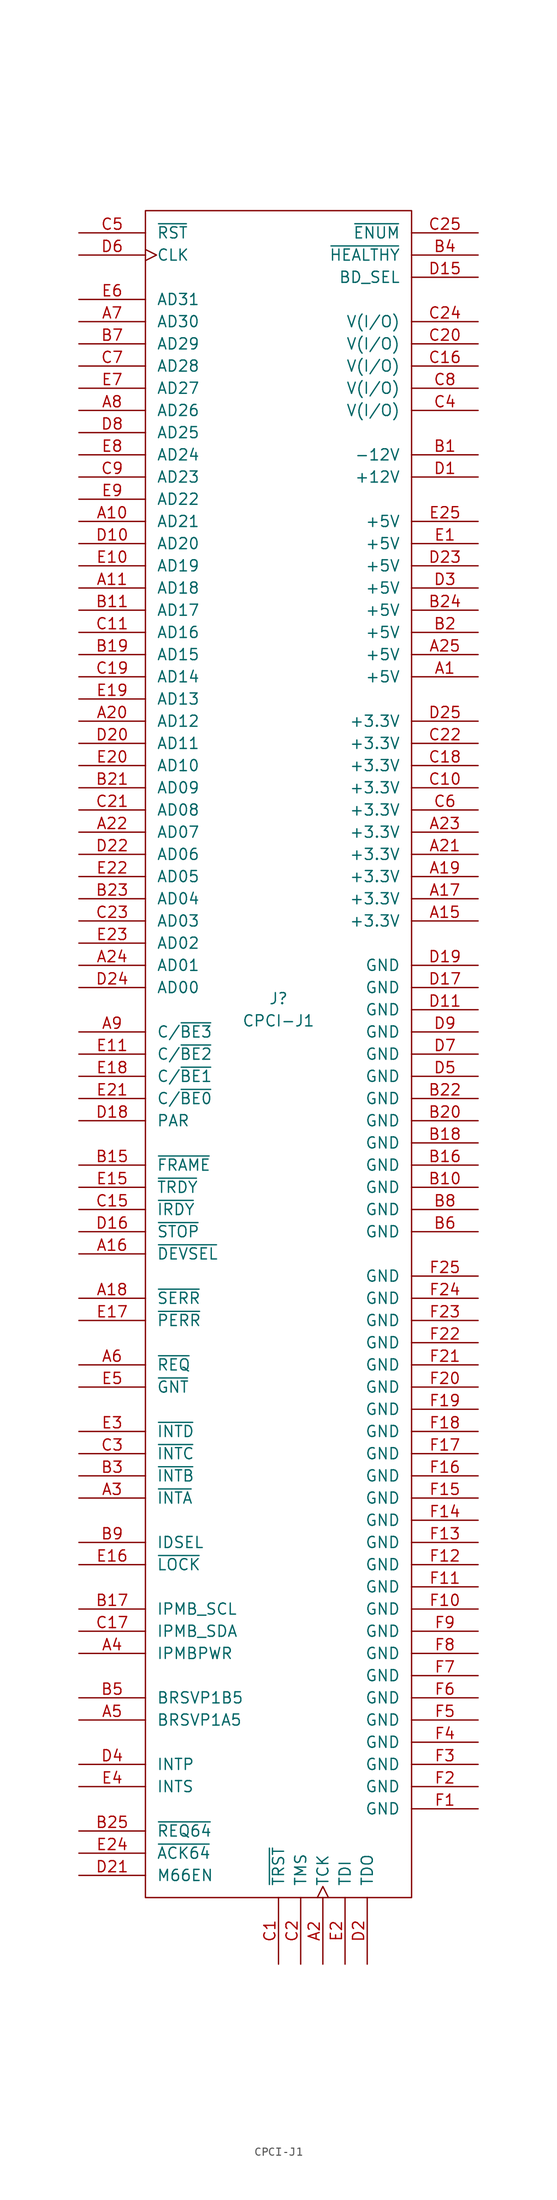
<source format=kicad_sym>
(kicad_symbol_lib
  (version 20211014)
  (generator kicad_symbol_editor)
  (symbol "CPCI-J1"
    (pin_names
      (offset 1.27))
    (property "Reference" "J"
      (at 22.86 -87.63 0)
      (effects (font (size 1.27 1.27))))
    (property "Value" "CPCI-J1"
      (at 22.86 -90.17 0)
      (effects (font (size 1.27 1.27))))
    (symbol "CPCI-J1_0_1"
      (rectangle (start 7.62 2.54) (end 38.1 -190.5) (stroke (width 0) (type default) (color 0 0 0 0)) (fill (type none))))
    (symbol "CPCI-J1_1_1"
      (pin power_out line (at 45.72 -50.8 180) (length 7.62) (name "+5V" (effects (font (size 1.27 1.27)))) (number "A1" (effects (font (size 1.27 1.27)))))
      (pin bidirectional line (at 0 -33.02 0) (length 7.62) (name "AD21" (effects (font (size 1.27 1.27)))) (number "A10" (effects (font (size 1.27 1.27)))))
      (pin bidirectional line (at 0 -40.64 0) (length 7.62) (name "AD18" (effects (font (size 1.27 1.27)))) (number "A11" (effects (font (size 1.27 1.27)))))
      (pin power_out line (at 45.72 -78.74 180) (length 7.62) (name "+3.3V" (effects (font (size 1.27 1.27)))) (number "A15" (effects (font (size 1.27 1.27)))))
      (pin bidirectional line (at 0 -116.84 0) (length 7.62) (name "~{DEVSEL}" (effects (font (size 1.27 1.27)))) (number "A16" (effects (font (size 1.27 1.27)))))
      (pin power_out line (at 45.72 -76.2 180) (length 7.62) (name "+3.3V" (effects (font (size 1.27 1.27)))) (number "A17" (effects (font (size 1.27 1.27)))))
      (pin bidirectional line (at 0 -121.92 0) (length 7.62) (name "~{SERR}" (effects (font (size 1.27 1.27)))) (number "A18" (effects (font (size 1.27 1.27)))))
      (pin power_out line (at 45.72 -73.66 180) (length 7.62) (name "+3.3V" (effects (font (size 1.27 1.27)))) (number "A19" (effects (font (size 1.27 1.27)))))
      (pin input clock (at 27.94 -198.12 90) (length 7.62) (name "TCK" (effects (font (size 1.27 1.27)))) (number "A2" (effects (font (size 1.27 1.27)))))
      (pin bidirectional line (at 0 -55.88 0) (length 7.62) (name "AD12" (effects (font (size 1.27 1.27)))) (number "A20" (effects (font (size 1.27 1.27)))))
      (pin power_out line (at 45.72 -71.12 180) (length 7.62) (name "+3.3V" (effects (font (size 1.27 1.27)))) (number "A21" (effects (font (size 1.27 1.27)))))
      (pin bidirectional line (at 0 -68.58 0) (length 7.62) (name "AD07" (effects (font (size 1.27 1.27)))) (number "A22" (effects (font (size 1.27 1.27)))))
      (pin power_out line (at 45.72 -68.58 180) (length 7.62) (name "+3.3V" (effects (font (size 1.27 1.27)))) (number "A23" (effects (font (size 1.27 1.27)))))
      (pin bidirectional line (at 0 -83.82 0) (length 7.62) (name "AD01" (effects (font (size 1.27 1.27)))) (number "A24" (effects (font (size 1.27 1.27)))))
      (pin power_out line (at 45.72 -48.26 180) (length 7.62) (name "+5V" (effects (font (size 1.27 1.27)))) (number "A25" (effects (font (size 1.27 1.27)))))
      (pin output line (at 0 -144.78 0) (length 7.62) (name "~{INTA}" (effects (font (size 1.27 1.27)))) (number "A3" (effects (font (size 1.27 1.27)))))
      (pin passive line (at 0 -162.56 0) (length 7.62) (name "IPMBPWR" (effects (font (size 1.27 1.27)))) (number "A4" (effects (font (size 1.27 1.27)))))
      (pin passive line (at 0 -170.18 0) (length 7.62) (name "BRSVP1A5" (effects (font (size 1.27 1.27)))) (number "A5" (effects (font (size 1.27 1.27)))))
      (pin output line (at 0 -129.54 0) (length 7.62) (name "~{REQ}" (effects (font (size 1.27 1.27)))) (number "A6" (effects (font (size 1.27 1.27)))))
      (pin bidirectional line (at 0 -10.16 0) (length 7.62) (name "AD30" (effects (font (size 1.27 1.27)))) (number "A7" (effects (font (size 1.27 1.27)))))
      (pin bidirectional line (at 0 -20.32 0) (length 7.62) (name "AD26" (effects (font (size 1.27 1.27)))) (number "A8" (effects (font (size 1.27 1.27)))))
      (pin bidirectional line (at 0 -91.44 0) (length 7.62) (name "C/~{BE3}" (effects (font (size 1.27 1.27)))) (number "A9" (effects (font (size 1.27 1.27)))))
      (pin power_out line (at 45.72 -25.4 180) (length 7.62) (name "-12V" (effects (font (size 1.27 1.27)))) (number "B1" (effects (font (size 1.27 1.27)))))
      (pin power_in line (at 45.72 -109.22 180) (length 7.62) (name "GND" (effects (font (size 1.27 1.27)))) (number "B10" (effects (font (size 1.27 1.27)))))
      (pin bidirectional line (at 0 -43.18 0) (length 7.62) (name "AD17" (effects (font (size 1.27 1.27)))) (number "B11" (effects (font (size 1.27 1.27)))))
      (pin bidirectional line (at 0 -106.68 0) (length 7.62) (name "~{FRAME}" (effects (font (size 1.27 1.27)))) (number "B15" (effects (font (size 1.27 1.27)))))
      (pin power_in line (at 45.72 -106.68 180) (length 7.62) (name "GND" (effects (font (size 1.27 1.27)))) (number "B16" (effects (font (size 1.27 1.27)))))
      (pin passive line (at 0 -157.48 0) (length 7.62) (name "IPMB_SCL" (effects (font (size 1.27 1.27)))) (number "B17" (effects (font (size 1.27 1.27)))))
      (pin power_in line (at 45.72 -104.14 180) (length 7.62) (name "GND" (effects (font (size 1.27 1.27)))) (number "B18" (effects (font (size 1.27 1.27)))))
      (pin bidirectional line (at 0 -48.26 0) (length 7.62) (name "AD15" (effects (font (size 1.27 1.27)))) (number "B19" (effects (font (size 1.27 1.27)))))
      (pin power_out line (at 45.72 -45.72 180) (length 7.62) (name "+5V" (effects (font (size 1.27 1.27)))) (number "B2" (effects (font (size 1.27 1.27)))))
      (pin power_in line (at 45.72 -101.6 180) (length 7.62) (name "GND" (effects (font (size 1.27 1.27)))) (number "B20" (effects (font (size 1.27 1.27)))))
      (pin bidirectional line (at 0 -63.5 0) (length 7.62) (name "AD09" (effects (font (size 1.27 1.27)))) (number "B21" (effects (font (size 1.27 1.27)))))
      (pin power_in line (at 45.72 -99.06 180) (length 7.62) (name "GND" (effects (font (size 1.27 1.27)))) (number "B22" (effects (font (size 1.27 1.27)))))
      (pin bidirectional line (at 0 -76.2 0) (length 7.62) (name "AD04" (effects (font (size 1.27 1.27)))) (number "B23" (effects (font (size 1.27 1.27)))))
      (pin power_out line (at 45.72 -43.18 180) (length 7.62) (name "+5V" (effects (font (size 1.27 1.27)))) (number "B24" (effects (font (size 1.27 1.27)))))
      (pin bidirectional line (at 0 -182.88 0) (length 7.62) (name "~{REQ64}" (effects (font (size 1.27 1.27)))) (number "B25" (effects (font (size 1.27 1.27)))))
      (pin output line (at 0 -142.24 0) (length 7.62) (name "~{INTB}" (effects (font (size 1.27 1.27)))) (number "B3" (effects (font (size 1.27 1.27)))))
      (pin passive line (at 45.72 -2.54 180) (length 7.62) (name "~{HEALTHY}" (effects (font (size 1.27 1.27)))) (number "B4" (effects (font (size 1.27 1.27)))))
      (pin passive line (at 0 -167.64 0) (length 7.62) (name "BRSVP1B5" (effects (font (size 1.27 1.27)))) (number "B5" (effects (font (size 1.27 1.27)))))
      (pin power_in line (at 45.72 -114.3 180) (length 7.62) (name "GND" (effects (font (size 1.27 1.27)))) (number "B6" (effects (font (size 1.27 1.27)))))
      (pin bidirectional line (at 0 -12.7 0) (length 7.62) (name "AD29" (effects (font (size 1.27 1.27)))) (number "B7" (effects (font (size 1.27 1.27)))))
      (pin power_in line (at 45.72 -111.76 180) (length 7.62) (name "GND" (effects (font (size 1.27 1.27)))) (number "B8" (effects (font (size 1.27 1.27)))))
      (pin input line (at 0 -149.86 0) (length 7.62) (name "IDSEL" (effects (font (size 1.27 1.27)))) (number "B9" (effects (font (size 1.27 1.27)))))
      (pin input line (at 22.86 -198.12 90) (length 7.62) (name "~{TRST}" (effects (font (size 1.27 1.27)))) (number "C1" (effects (font (size 1.27 1.27)))))
      (pin power_out line (at 45.72 -63.5 180) (length 7.62) (name "+3.3V" (effects (font (size 1.27 1.27)))) (number "C10" (effects (font (size 1.27 1.27)))))
      (pin bidirectional line (at 0 -45.72 0) (length 7.62) (name "AD16" (effects (font (size 1.27 1.27)))) (number "C11" (effects (font (size 1.27 1.27)))))
      (pin bidirectional line (at 0 -111.76 0) (length 7.62) (name "~{IRDY}" (effects (font (size 1.27 1.27)))) (number "C15" (effects (font (size 1.27 1.27)))))
      (pin power_out line (at 45.72 -15.24 180) (length 7.62) (name "V(I/O)" (effects (font (size 1.27 1.27)))) (number "C16" (effects (font (size 1.27 1.27)))))
      (pin passive line (at 0 -160.02 0) (length 7.62) (name "IPMB_SDA" (effects (font (size 1.27 1.27)))) (number "C17" (effects (font (size 1.27 1.27)))))
      (pin power_out line (at 45.72 -60.96 180) (length 7.62) (name "+3.3V" (effects (font (size 1.27 1.27)))) (number "C18" (effects (font (size 1.27 1.27)))))
      (pin bidirectional line (at 0 -50.8 0) (length 7.62) (name "AD14" (effects (font (size 1.27 1.27)))) (number "C19" (effects (font (size 1.27 1.27)))))
      (pin input line (at 25.4 -198.12 90) (length 7.62) (name "TMS" (effects (font (size 1.27 1.27)))) (number "C2" (effects (font (size 1.27 1.27)))))
      (pin power_out line (at 45.72 -12.7 180) (length 7.62) (name "V(I/O)" (effects (font (size 1.27 1.27)))) (number "C20" (effects (font (size 1.27 1.27)))))
      (pin bidirectional line (at 0 -66.04 0) (length 7.62) (name "AD08" (effects (font (size 1.27 1.27)))) (number "C21" (effects (font (size 1.27 1.27)))))
      (pin power_out line (at 45.72 -58.42 180) (length 7.62) (name "+3.3V" (effects (font (size 1.27 1.27)))) (number "C22" (effects (font (size 1.27 1.27)))))
      (pin bidirectional line (at 0 -78.74 0) (length 7.62) (name "AD03" (effects (font (size 1.27 1.27)))) (number "C23" (effects (font (size 1.27 1.27)))))
      (pin power_out line (at 45.72 -10.16 180) (length 7.62) (name "V(I/O)" (effects (font (size 1.27 1.27)))) (number "C24" (effects (font (size 1.27 1.27)))))
      (pin passive line (at 45.72 0 180) (length 7.62) (name "~{ENUM}" (effects (font (size 1.27 1.27)))) (number "C25" (effects (font (size 1.27 1.27)))))
      (pin output line (at 0 -139.7 0) (length 7.62) (name "~{INTC}" (effects (font (size 1.27 1.27)))) (number "C3" (effects (font (size 1.27 1.27)))))
      (pin power_out line (at 45.72 -20.32 180) (length 7.62) (name "V(I/O)" (effects (font (size 1.27 1.27)))) (number "C4" (effects (font (size 1.27 1.27)))))
      (pin input line (at 0 0 0) (length 7.62) (name "~{RST}" (effects (font (size 1.27 1.27)))) (number "C5" (effects (font (size 1.27 1.27)))))
      (pin power_out line (at 45.72 -66.04 180) (length 7.62) (name "+3.3V" (effects (font (size 1.27 1.27)))) (number "C6" (effects (font (size 1.27 1.27)))))
      (pin bidirectional line (at 0 -15.24 0) (length 7.62) (name "AD28" (effects (font (size 1.27 1.27)))) (number "C7" (effects (font (size 1.27 1.27)))))
      (pin power_out line (at 45.72 -17.78 180) (length 7.62) (name "V(I/O)" (effects (font (size 1.27 1.27)))) (number "C8" (effects (font (size 1.27 1.27)))))
      (pin bidirectional line (at 0 -27.94 0) (length 7.62) (name "AD23" (effects (font (size 1.27 1.27)))) (number "C9" (effects (font (size 1.27 1.27)))))
      (pin power_out line (at 45.72 -27.94 180) (length 7.62) (name "+12V" (effects (font (size 1.27 1.27)))) (number "D1" (effects (font (size 1.27 1.27)))))
      (pin bidirectional line (at 0 -35.56 0) (length 7.62) (name "AD20" (effects (font (size 1.27 1.27)))) (number "D10" (effects (font (size 1.27 1.27)))))
      (pin power_in line (at 45.72 -88.9 180) (length 7.62) (name "GND" (effects (font (size 1.27 1.27)))) (number "D11" (effects (font (size 1.27 1.27)))))
      (pin passive line (at 45.72 -5.08 180) (length 7.62) (name "BD_SEL" (effects (font (size 1.27 1.27)))) (number "D15" (effects (font (size 1.27 1.27)))))
      (pin bidirectional line (at 0 -114.3 0) (length 7.62) (name "~{STOP}" (effects (font (size 1.27 1.27)))) (number "D16" (effects (font (size 1.27 1.27)))))
      (pin power_in line (at 45.72 -86.36 180) (length 7.62) (name "GND" (effects (font (size 1.27 1.27)))) (number "D17" (effects (font (size 1.27 1.27)))))
      (pin bidirectional line (at 0 -101.6 0) (length 7.62) (name "PAR" (effects (font (size 1.27 1.27)))) (number "D18" (effects (font (size 1.27 1.27)))))
      (pin power_in line (at 45.72 -83.82 180) (length 7.62) (name "GND" (effects (font (size 1.27 1.27)))) (number "D19" (effects (font (size 1.27 1.27)))))
      (pin output line (at 33.02 -198.12 90) (length 7.62) (name "TDO" (effects (font (size 1.27 1.27)))) (number "D2" (effects (font (size 1.27 1.27)))))
      (pin bidirectional line (at 0 -58.42 0) (length 7.62) (name "AD11" (effects (font (size 1.27 1.27)))) (number "D20" (effects (font (size 1.27 1.27)))))
      (pin passive line (at 0 -187.96 0) (length 7.62) (name "M66EN" (effects (font (size 1.27 1.27)))) (number "D21" (effects (font (size 1.27 1.27)))))
      (pin bidirectional line (at 0 -71.12 0) (length 7.62) (name "AD06" (effects (font (size 1.27 1.27)))) (number "D22" (effects (font (size 1.27 1.27)))))
      (pin power_out line (at 45.72 -38.1 180) (length 7.62) (name "+5V" (effects (font (size 1.27 1.27)))) (number "D23" (effects (font (size 1.27 1.27)))))
      (pin bidirectional line (at 0 -86.36 0) (length 7.62) (name "AD00" (effects (font (size 1.27 1.27)))) (number "D24" (effects (font (size 1.27 1.27)))))
      (pin power_out line (at 45.72 -55.88 180) (length 7.62) (name "+3.3V" (effects (font (size 1.27 1.27)))) (number "D25" (effects (font (size 1.27 1.27)))))
      (pin power_out line (at 45.72 -40.64 180) (length 7.62) (name "+5V" (effects (font (size 1.27 1.27)))) (number "D3" (effects (font (size 1.27 1.27)))))
      (pin passive line (at 0 -175.26 0) (length 7.62) (name "INTP" (effects (font (size 1.27 1.27)))) (number "D4" (effects (font (size 1.27 1.27)))))
      (pin power_in line (at 45.72 -96.52 180) (length 7.62) (name "GND" (effects (font (size 1.27 1.27)))) (number "D5" (effects (font (size 1.27 1.27)))))
      (pin output clock (at 0 -2.54 0) (length 7.62) (name "CLK" (effects (font (size 1.27 1.27)))) (number "D6" (effects (font (size 1.27 1.27)))))
      (pin power_in line (at 45.72 -93.98 180) (length 7.62) (name "GND" (effects (font (size 1.27 1.27)))) (number "D7" (effects (font (size 1.27 1.27)))))
      (pin bidirectional line (at 0 -22.86 0) (length 7.62) (name "AD25" (effects (font (size 1.27 1.27)))) (number "D8" (effects (font (size 1.27 1.27)))))
      (pin power_in line (at 45.72 -91.44 180) (length 7.62) (name "GND" (effects (font (size 1.27 1.27)))) (number "D9" (effects (font (size 1.27 1.27)))))
      (pin power_out line (at 45.72 -35.56 180) (length 7.62) (name "+5V" (effects (font (size 1.27 1.27)))) (number "E1" (effects (font (size 1.27 1.27)))))
      (pin bidirectional line (at 0 -38.1 0) (length 7.62) (name "AD19" (effects (font (size 1.27 1.27)))) (number "E10" (effects (font (size 1.27 1.27)))))
      (pin bidirectional line (at 0 -93.98 0) (length 7.62) (name "C/~{BE2}" (effects (font (size 1.27 1.27)))) (number "E11" (effects (font (size 1.27 1.27)))))
      (pin bidirectional line (at 0 -109.22 0) (length 7.62) (name "~{TRDY}" (effects (font (size 1.27 1.27)))) (number "E15" (effects (font (size 1.27 1.27)))))
      (pin bidirectional line (at 0 -152.4 0) (length 7.62) (name "~{LOCK}" (effects (font (size 1.27 1.27)))) (number "E16" (effects (font (size 1.27 1.27)))))
      (pin bidirectional line (at 0 -124.46 0) (length 7.62) (name "~{PERR}" (effects (font (size 1.27 1.27)))) (number "E17" (effects (font (size 1.27 1.27)))))
      (pin bidirectional line (at 0 -96.52 0) (length 7.62) (name "C/~{BE1}" (effects (font (size 1.27 1.27)))) (number "E18" (effects (font (size 1.27 1.27)))))
      (pin bidirectional line (at 0 -53.34 0) (length 7.62) (name "AD13" (effects (font (size 1.27 1.27)))) (number "E19" (effects (font (size 1.27 1.27)))))
      (pin input line (at 30.48 -198.12 90) (length 7.62) (name "TDI" (effects (font (size 1.27 1.27)))) (number "E2" (effects (font (size 1.27 1.27)))))
      (pin bidirectional line (at 0 -60.96 0) (length 7.62) (name "AD10" (effects (font (size 1.27 1.27)))) (number "E20" (effects (font (size 1.27 1.27)))))
      (pin bidirectional line (at 0 -99.06 0) (length 7.62) (name "C/~{BE0}" (effects (font (size 1.27 1.27)))) (number "E21" (effects (font (size 1.27 1.27)))))
      (pin bidirectional line (at 0 -73.66 0) (length 7.62) (name "AD05" (effects (font (size 1.27 1.27)))) (number "E22" (effects (font (size 1.27 1.27)))))
      (pin bidirectional line (at 0 -81.28 0) (length 7.62) (name "AD02" (effects (font (size 1.27 1.27)))) (number "E23" (effects (font (size 1.27 1.27)))))
      (pin bidirectional line (at 0 -185.42 0) (length 7.62) (name "~{ACK64}" (effects (font (size 1.27 1.27)))) (number "E24" (effects (font (size 1.27 1.27)))))
      (pin power_out line (at 45.72 -33.02 180) (length 7.62) (name "+5V" (effects (font (size 1.27 1.27)))) (number "E25" (effects (font (size 1.27 1.27)))))
      (pin output line (at 0 -137.16 0) (length 7.62) (name "~{INTD}" (effects (font (size 1.27 1.27)))) (number "E3" (effects (font (size 1.27 1.27)))))
      (pin passive line (at 0 -177.8 0) (length 7.62) (name "INTS" (effects (font (size 1.27 1.27)))) (number "E4" (effects (font (size 1.27 1.27)))))
      (pin input line (at 0 -132.08 0) (length 7.62) (name "~{GNT}" (effects (font (size 1.27 1.27)))) (number "E5" (effects (font (size 1.27 1.27)))))
      (pin bidirectional line (at 0 -7.62 0) (length 7.62) (name "AD31" (effects (font (size 1.27 1.27)))) (number "E6" (effects (font (size 1.27 1.27)))))
      (pin bidirectional line (at 0 -17.78 0) (length 7.62) (name "AD27" (effects (font (size 1.27 1.27)))) (number "E7" (effects (font (size 1.27 1.27)))))
      (pin bidirectional line (at 0 -25.4 0) (length 7.62) (name "AD24" (effects (font (size 1.27 1.27)))) (number "E8" (effects (font (size 1.27 1.27)))))
      (pin bidirectional line (at 0 -30.48 0) (length 7.62) (name "AD22" (effects (font (size 1.27 1.27)))) (number "E9" (effects (font (size 1.27 1.27)))))
      (pin power_in line (at 45.72 -180.34 180) (length 7.62) (name "GND" (effects (font (size 1.27 1.27)))) (number "F1" (effects (font (size 1.27 1.27)))))
      (pin power_in line (at 45.72 -157.48 180) (length 7.62) (name "GND" (effects (font (size 1.27 1.27)))) (number "F10" (effects (font (size 1.27 1.27)))))
      (pin power_in line (at 45.72 -154.94 180) (length 7.62) (name "GND" (effects (font (size 1.27 1.27)))) (number "F11" (effects (font (size 1.27 1.27)))))
      (pin power_in line (at 45.72 -152.4 180) (length 7.62) (name "GND" (effects (font (size 1.27 1.27)))) (number "F12" (effects (font (size 1.27 1.27)))))
      (pin power_in line (at 45.72 -149.86 180) (length 7.62) (name "GND" (effects (font (size 1.27 1.27)))) (number "F13" (effects (font (size 1.27 1.27)))))
      (pin power_in line (at 45.72 -147.32 180) (length 7.62) (name "GND" (effects (font (size 1.27 1.27)))) (number "F14" (effects (font (size 1.27 1.27)))))
      (pin power_in line (at 45.72 -144.78 180) (length 7.62) (name "GND" (effects (font (size 1.27 1.27)))) (number "F15" (effects (font (size 1.27 1.27)))))
      (pin power_in line (at 45.72 -142.24 180) (length 7.62) (name "GND" (effects (font (size 1.27 1.27)))) (number "F16" (effects (font (size 1.27 1.27)))))
      (pin power_in line (at 45.72 -139.7 180) (length 7.62) (name "GND" (effects (font (size 1.27 1.27)))) (number "F17" (effects (font (size 1.27 1.27)))))
      (pin power_in line (at 45.72 -137.16 180) (length 7.62) (name "GND" (effects (font (size 1.27 1.27)))) (number "F18" (effects (font (size 1.27 1.27)))))
      (pin power_in line (at 45.72 -134.62 180) (length 7.62) (name "GND" (effects (font (size 1.27 1.27)))) (number "F19" (effects (font (size 1.27 1.27)))))
      (pin power_in line (at 45.72 -177.8 180) (length 7.62) (name "GND" (effects (font (size 1.27 1.27)))) (number "F2" (effects (font (size 1.27 1.27)))))
      (pin power_in line (at 45.72 -132.08 180) (length 7.62) (name "GND" (effects (font (size 1.27 1.27)))) (number "F20" (effects (font (size 1.27 1.27)))))
      (pin power_in line (at 45.72 -129.54 180) (length 7.62) (name "GND" (effects (font (size 1.27 1.27)))) (number "F21" (effects (font (size 1.27 1.27)))))
      (pin power_in line (at 45.72 -127 180) (length 7.62) (name "GND" (effects (font (size 1.27 1.27)))) (number "F22" (effects (font (size 1.27 1.27)))))
      (pin power_in line (at 45.72 -124.46 180) (length 7.62) (name "GND" (effects (font (size 1.27 1.27)))) (number "F23" (effects (font (size 1.27 1.27)))))
      (pin power_in line (at 45.72 -121.92 180) (length 7.62) (name "GND" (effects (font (size 1.27 1.27)))) (number "F24" (effects (font (size 1.27 1.27)))))
      (pin power_in line (at 45.72 -119.38 180) (length 7.62) (name "GND" (effects (font (size 1.27 1.27)))) (number "F25" (effects (font (size 1.27 1.27)))))
      (pin power_in line (at 45.72 -175.26 180) (length 7.62) (name "GND" (effects (font (size 1.27 1.27)))) (number "F3" (effects (font (size 1.27 1.27)))))
      (pin power_in line (at 45.72 -172.72 180) (length 7.62) (name "GND" (effects (font (size 1.27 1.27)))) (number "F4" (effects (font (size 1.27 1.27)))))
      (pin power_in line (at 45.72 -170.18 180) (length 7.62) (name "GND" (effects (font (size 1.27 1.27)))) (number "F5" (effects (font (size 1.27 1.27)))))
      (pin power_in line (at 45.72 -167.64 180) (length 7.62) (name "GND" (effects (font (size 1.27 1.27)))) (number "F6" (effects (font (size 1.27 1.27)))))
      (pin power_in line (at 45.72 -165.1 180) (length 7.62) (name "GND" (effects (font (size 1.27 1.27)))) (number "F7" (effects (font (size 1.27 1.27)))))
      (pin power_in line (at 45.72 -162.56 180) (length 7.62) (name "GND" (effects (font (size 1.27 1.27)))) (number "F8" (effects (font (size 1.27 1.27)))))
      (pin power_in line (at 45.72 -160.02 180) (length 7.62) (name "GND" (effects (font (size 1.27 1.27)))) (number "F9" (effects (font (size 1.27 1.27))))))))
</source>
